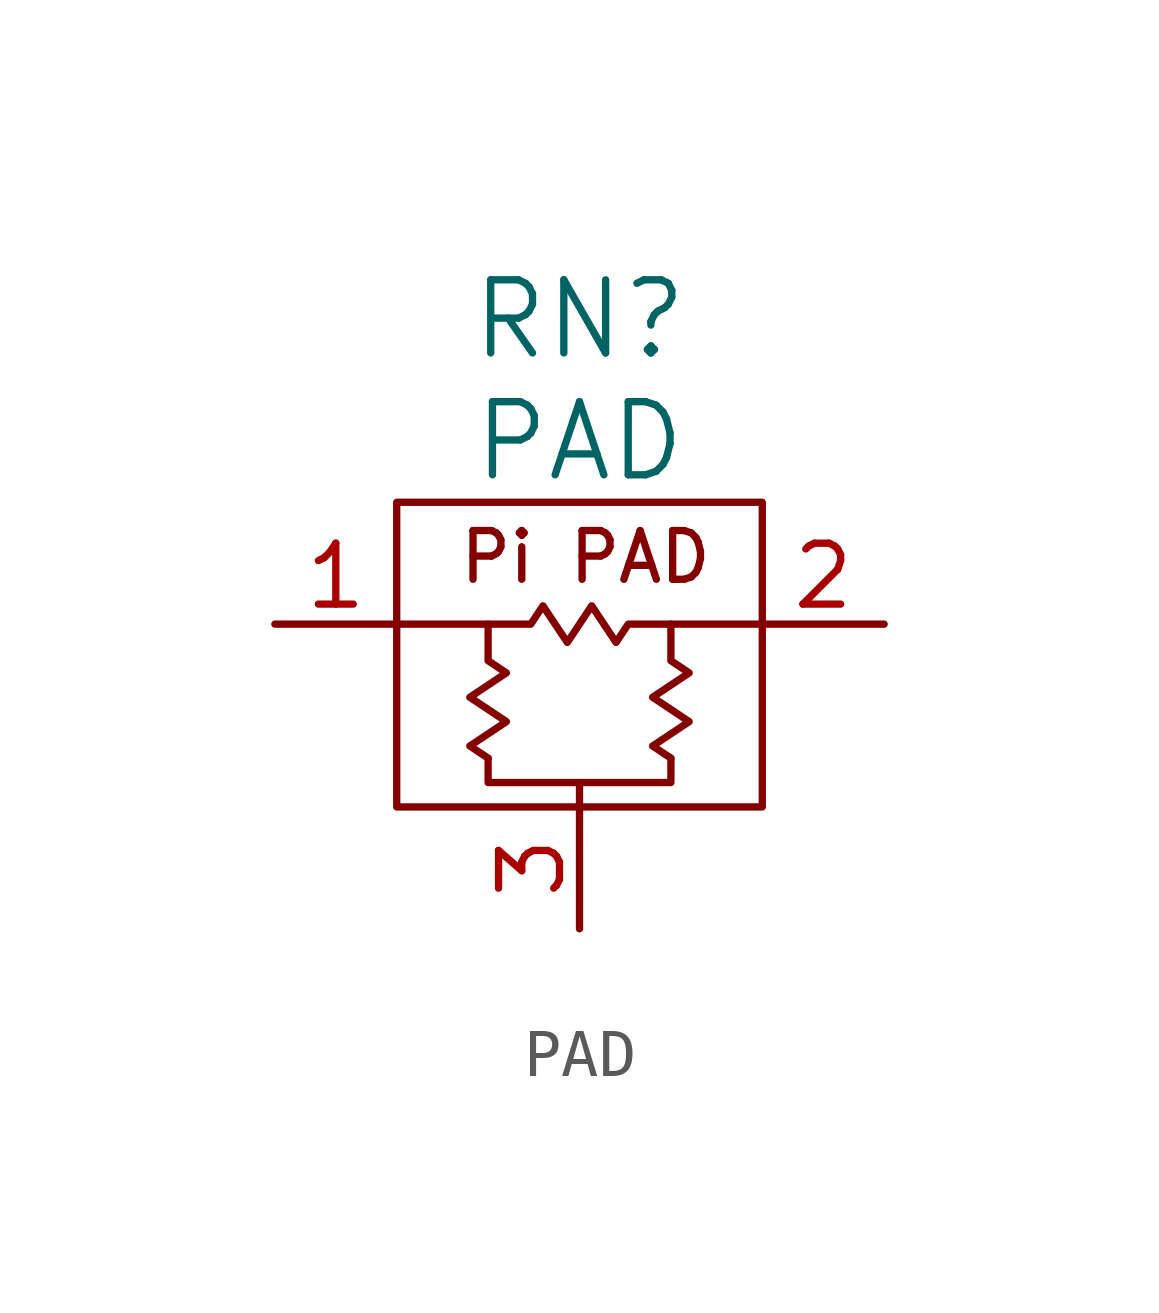
<source format=kicad_sym>
(kicad_symbol_lib
  (version 20211014)
  (generator kicad_symbol_editor)
  (symbol "PAD"
    (pin_names
      (offset 1.016) hide)
    (property "Reference" "RN"
      (at 0 6.35 0)
      (effects (font (size 1.524 1.524))))
    (property "Value" "PAD"
      (at 0 3.81 0)
      (effects (font (size 1.524 1.524))))
    (symbol "PAD_0_0"
      (text "Pi PAD" (at 0.127 1.397 0) (effects (font (size 1.016 1.016)))))
    (symbol "PAD_0_1"
      (rectangle (start -3.81 2.54) (end 3.81 -3.81) (stroke (width 0) (type default) (color 0 0 0 0)) (fill (type none)))
      (polyline (pts (xy 0 -3.302) (xy 0 -3.81)) (stroke (width 0) (type default) (color 0 0 0 0)) (fill (type none)))
      (polyline (pts (xy -1.905 -2.794) (xy -1.905 -3.302) (xy 1.905 -3.302) (xy 1.905 -2.794)) (stroke (width 0) (type default) (color 0 0 0 0)) (fill (type none)))
      (polyline (pts (xy -1.905 0) (xy -1.905 -0.762) (xy -1.524 -1.016) (xy -1.905 -1.27) (xy -2.286 -1.524) (xy -1.905 -1.778) (xy -1.524 -2.032) (xy -1.905 -2.286) (xy -2.286 -2.54) (xy -1.905 -2.794)) (stroke (width 0) (type default) (color 0 0 0 0)) (fill (type none)))
      (polyline (pts (xy 1.905 0) (xy 1.905 -0.762) (xy 2.286 -1.016) (xy 1.905 -1.27) (xy 1.524 -1.524) (xy 1.905 -1.778) (xy 2.286 -2.032) (xy 1.905 -2.286) (xy 1.524 -2.54) (xy 1.905 -2.794)) (stroke (width 0) (type default) (color 0 0 0 0)) (fill (type none)))
      (polyline (pts (xy -3.81 0) (xy -1.016 0) (xy -0.762 0.381) (xy -0.508 0) (xy -0.254 -0.381) (xy 0 0) (xy 0.254 0.381) (xy 0.508 0) (xy 0.762 -0.381) (xy 1.016 0) (xy 3.81 0)) (stroke (width 0) (type default) (color 0 0 0 0)) (fill (type none))))
    (symbol "PAD_1_1"
      (pin passive line (at -6.35 0 0) (length 2.54) (name "1" (effects (font (size 1.27 1.27)))) (number "1" (effects (font (size 1.27 1.27)))))
      (pin passive line (at 6.35 0 180) (length 2.54) (name "2" (effects (font (size 1.27 1.27)))) (number "2" (effects (font (size 1.27 1.27)))))
      (pin passive line (at 0 -6.35 90) (length 2.54) (name "3" (effects (font (size 1.27 1.27)))) (number "3" (effects (font (size 1.27 1.27))))))))
</source>
